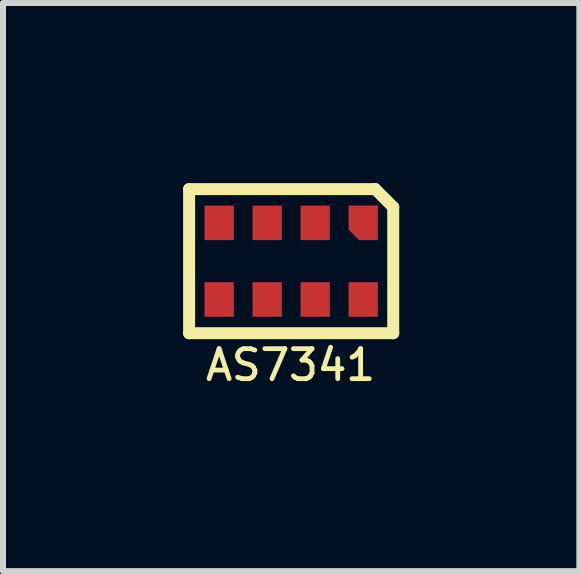
<source format=kicad_pcb>
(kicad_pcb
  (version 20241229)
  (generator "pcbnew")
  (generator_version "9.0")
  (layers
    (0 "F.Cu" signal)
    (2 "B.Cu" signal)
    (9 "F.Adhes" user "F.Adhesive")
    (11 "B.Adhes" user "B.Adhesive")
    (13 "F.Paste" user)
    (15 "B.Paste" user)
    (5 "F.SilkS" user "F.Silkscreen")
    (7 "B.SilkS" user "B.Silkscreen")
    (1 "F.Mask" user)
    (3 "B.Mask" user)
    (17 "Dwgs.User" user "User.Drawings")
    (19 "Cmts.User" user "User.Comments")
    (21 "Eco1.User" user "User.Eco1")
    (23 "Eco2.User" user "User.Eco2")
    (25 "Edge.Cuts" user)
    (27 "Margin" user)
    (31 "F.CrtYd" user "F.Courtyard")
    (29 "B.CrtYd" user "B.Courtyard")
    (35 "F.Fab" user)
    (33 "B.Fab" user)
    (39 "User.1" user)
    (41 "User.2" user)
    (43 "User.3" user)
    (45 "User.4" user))
  (footprint "AS7341"
    (layer "F.Cu")
    (at 1.8 1.3)
    (property "Reference" "AS7341" (at -0.01 1.73 0) (layer "F.SilkS") (effects (font (size 0.5 0.5) (thickness 0.08))))
    (attr through_hole)
    (fp_line (start -1.7 -1.2) (end 1.4 -1.2) (stroke (width 0.2) (type solid)) (layer "F.SilkS"))
    (fp_line (start -1.7 1.2) (end -1.7 -1.2) (stroke (width 0.2) (type solid)) (layer "F.SilkS"))
    (fp_line (start -1.7 1.2) (end 1.7 1.2) (stroke (width 0.2) (type solid)) (layer "F.SilkS"))
    (fp_line (start 1.4 -1.2) (end 1.7 -0.9) (stroke (width 0.2) (type solid)) (layer "F.SilkS"))
    (fp_line (start 1.7 -0.9) (end 1.7 1.2) (stroke (width 0.2) (type solid)) (layer "F.SilkS"))
    (pad "1" smd custom (at 1.2 -0.638) (size 0.488 0.222) (layers "F.Cu" "F.Mask" "F.Paste") (options (anchor rect)) (primitives (gr_poly (pts (xy 0.244 -0.111) (xy 0.244 -0.288) (xy -0.244 -0.288) (xy -0.244 -0.111)) (width 0) (fill yes)) (gr_poly (pts (xy 0.244 0.111) (xy 0.244 0.288) (xy -0.07 0.288) (xy -0.244 0.111)) (width 0) (fill yes))))
    (pad "2" smd rect (at 0.4 -0.638) (size 0.488 0.575) (layers "F.Cu" "F.Mask" "F.Paste"))
    (pad "3" smd rect (at -0.4 -0.638) (size 0.488 0.575) (layers "F.Cu" "F.Mask" "F.Paste"))
    (pad "4" smd rect (at -1.2 -0.638) (size 0.488 0.575) (layers "F.Cu" "F.Mask" "F.Paste"))
    (pad "5" smd rect (at -1.2 0.638) (size 0.488 0.575) (layers "F.Cu" "F.Mask" "F.Paste"))
    (pad "6" smd rect (at -0.4 0.638) (size 0.488 0.575) (layers "F.Cu" "F.Mask" "F.Paste"))
    (pad "7" smd rect (at 0.4 0.638) (size 0.488 0.575) (layers "F.Cu" "F.Mask" "F.Paste"))
    (pad "8" smd rect (at 1.2 0.638) (size 0.488 0.575) (layers "F.Cu" "F.Mask" "F.Paste")))
  (gr_rect
    (start -3 -3)
    (end 6.6 6.463)
    (stroke (width 0.1) (type default))
    (fill no)
    (layer "Edge.Cuts")))
</source>
